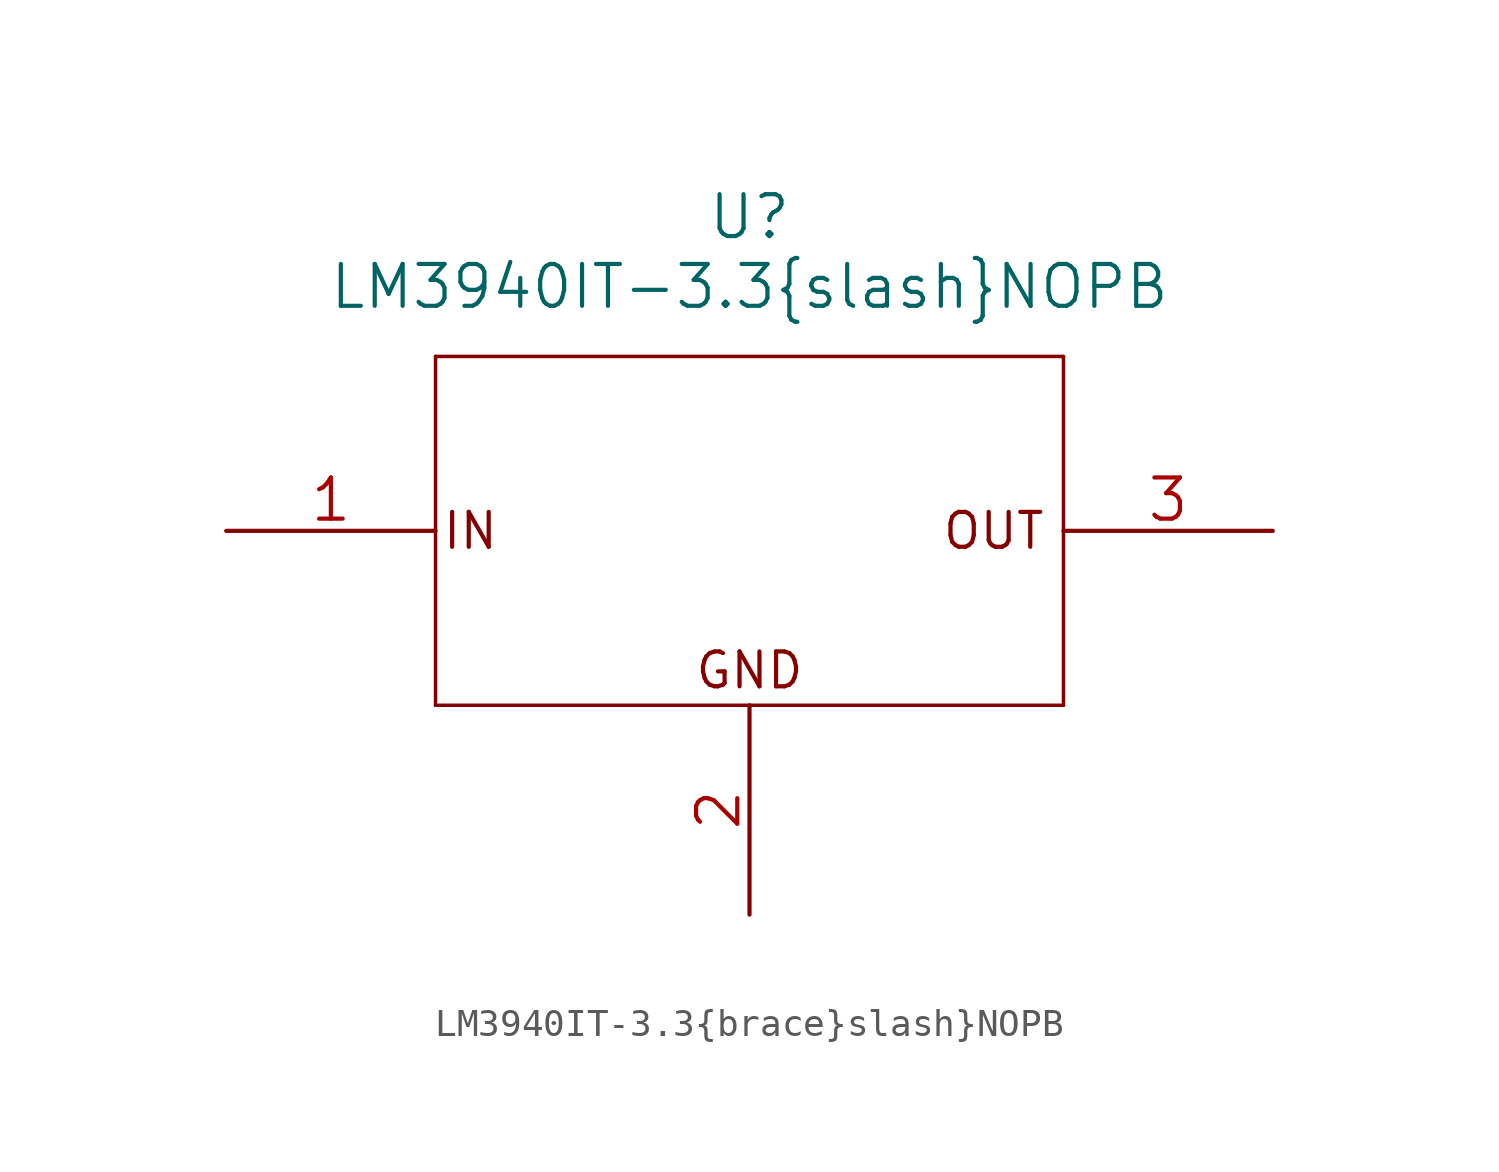
<source format=kicad_sym>
(kicad_symbol_lib
  (version 20211014)
  (generator kicad_symbol_editor)
  (symbol "LM3940IT-3.3{brace}slash}NOPB"
    (pin_names
      (offset 0.254) hide)
    (property "Reference" "U"
      (at 19.05 10.16 0)
      (effects (font (size 1.524 1.524))))
    (property "Value" "LM3940IT-3.3{brace}slash}NOPB"
      (at 19.05 7.62 0)
      (effects (font (size 1.524 1.524))))
    (property "Datasheet" ""
      (at 0 0 0)
      (effects (font (size 1.524 1.524))))
    (symbol "LM3940IT-3.3{brace}slash}NOPB_0_0"
      (text "GND" (at 19.05 -6.35 0) (effects (font (size 1.27 1.27))))
      (text "IN" (at 8.89 -1.27 0) (effects (font (size 1.27 1.27))))
      (text "OUT" (at 27.94 -1.27 0) (effects (font (size 1.27 1.27)))))
    (symbol "LM3940IT-3.3{brace}slash}NOPB_1_1"
      (polyline (pts (xy 7.62 -7.62) (xy 30.48 -7.62)) (stroke (width 0.127) (type default) (color 0 0 0 0)) (fill (type none)))
      (polyline (pts (xy 7.62 5.08) (xy 7.62 -7.62)) (stroke (width 0.127) (type default) (color 0 0 0 0)) (fill (type none)))
      (polyline (pts (xy 30.48 -7.62) (xy 30.48 5.08)) (stroke (width 0.127) (type default) (color 0 0 0 0)) (fill (type none)))
      (polyline (pts (xy 30.48 5.08) (xy 7.62 5.08)) (stroke (width 0.127) (type default) (color 0 0 0 0)) (fill (type none)))
      (pin power_in line (at 0 -1.27 0) (length 7.62) (name "IN" (effects (font (size 1.499 1.499)))) (number "1" (effects (font (size 1.499 1.499)))))
      (pin power_in line (at 19.05 -15.24 90) (length 7.62) (name "GND" (effects (font (size 1.499 1.499)))) (number "2" (effects (font (size 1.499 1.499)))))
      (pin power_out line (at 38.1 -1.27 180) (length 7.62) (name "OUT" (effects (font (size 1.499 1.499)))) (number "3" (effects (font (size 1.499 1.499))))))))
</source>
